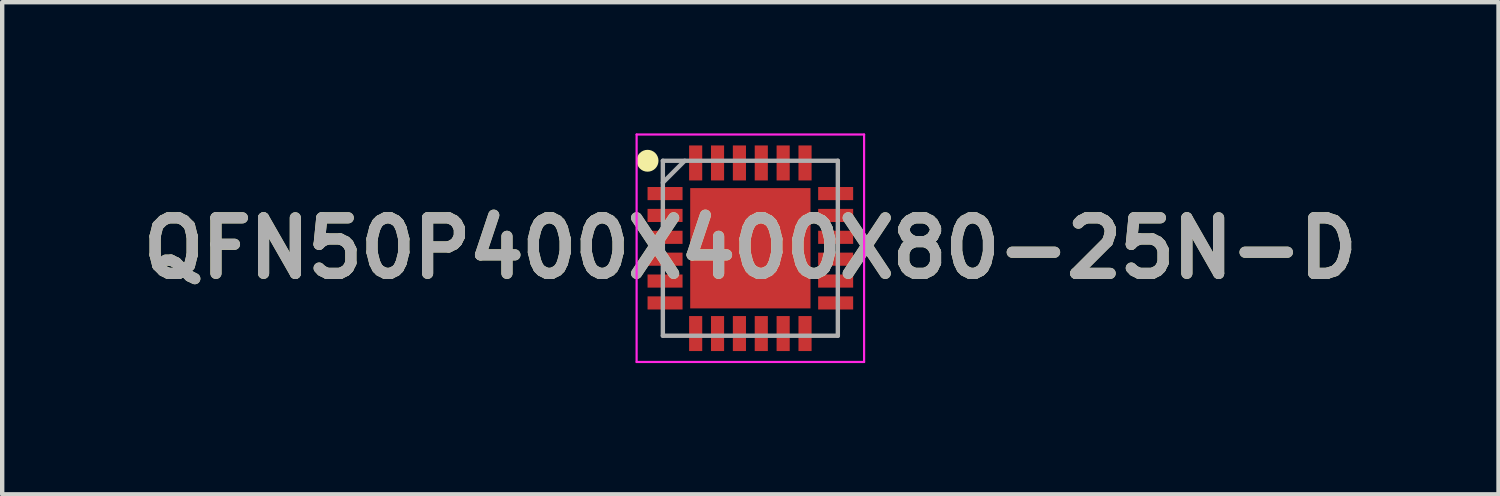
<source format=kicad_pcb>
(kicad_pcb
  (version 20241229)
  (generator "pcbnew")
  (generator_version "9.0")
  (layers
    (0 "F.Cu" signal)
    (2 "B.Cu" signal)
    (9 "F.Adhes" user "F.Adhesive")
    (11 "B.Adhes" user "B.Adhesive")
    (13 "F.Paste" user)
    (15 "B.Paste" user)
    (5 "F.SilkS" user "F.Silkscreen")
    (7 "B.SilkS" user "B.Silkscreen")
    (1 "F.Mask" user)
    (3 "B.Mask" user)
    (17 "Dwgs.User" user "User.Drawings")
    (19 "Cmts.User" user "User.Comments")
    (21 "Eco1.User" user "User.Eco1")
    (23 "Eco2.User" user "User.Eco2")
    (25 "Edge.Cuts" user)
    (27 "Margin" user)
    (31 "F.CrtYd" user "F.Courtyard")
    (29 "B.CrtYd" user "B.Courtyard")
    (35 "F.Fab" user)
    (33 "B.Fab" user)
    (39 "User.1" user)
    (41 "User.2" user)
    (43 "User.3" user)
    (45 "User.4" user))
  (footprint "QFN50P400X400X80-25N-D"
    (layer "F.Cu")
    (at 14.103 2.625)
    (property "Reference" "QFN50P400X400X80-25N-D" (at 0 0 0) (layer "F.SilkS") (effects (font (size 1.27 1.27) (thickness 0.254))))
    (attr smd)
    (fp_circle (center -2.35 -2) (end -2.35 -1.875) (stroke (width 0.25) (type solid)) (fill no) (layer "F.SilkS"))
    (fp_line (start -2.6 -2.6) (end 2.6 -2.6) (stroke (width 0.05) (type solid)) (layer "F.CrtYd"))
    (fp_line (start -2.6 2.6) (end -2.6 -2.6) (stroke (width 0.05) (type solid)) (layer "F.CrtYd"))
    (fp_line (start 2.6 -2.6) (end 2.6 2.6) (stroke (width 0.05) (type solid)) (layer "F.CrtYd"))
    (fp_line (start 2.6 2.6) (end -2.6 2.6) (stroke (width 0.05) (type solid)) (layer "F.CrtYd"))
    (fp_line (start -2 -2) (end 2 -2) (stroke (width 0.1) (type solid)) (layer "F.Fab"))
    (fp_line (start -2 -1.5) (end -1.5 -2) (stroke (width 0.1) (type solid)) (layer "F.Fab"))
    (fp_line (start -2 2) (end -2 -2) (stroke (width 0.1) (type solid)) (layer "F.Fab"))
    (fp_line (start 2 -2) (end 2 2) (stroke (width 0.1) (type solid)) (layer "F.Fab"))
    (fp_line (start 2 2) (end -2 2) (stroke (width 0.1) (type solid)) (layer "F.Fab"))
    (fp_text user "${REFERENCE}" (at 0 0 0) (layer "F.Fab") (effects (font (size 1.27 1.27) (thickness 0.254))))
    (pad "1" smd rect (at -1.95 -1.25 90) (size 0.3 0.8) (layers "F.Cu" "F.Mask" "F.Paste"))
    (pad "2" smd rect (at -1.95 -0.75 90) (size 0.3 0.8) (layers "F.Cu" "F.Mask" "F.Paste"))
    (pad "3" smd rect (at -1.95 -0.25 90) (size 0.3 0.8) (layers "F.Cu" "F.Mask" "F.Paste"))
    (pad "4" smd rect (at -1.95 0.25 90) (size 0.3 0.8) (layers "F.Cu" "F.Mask" "F.Paste"))
    (pad "5" smd rect (at -1.95 0.75 90) (size 0.3 0.8) (layers "F.Cu" "F.Mask" "F.Paste"))
    (pad "6" smd rect (at -1.95 1.25 90) (size 0.3 0.8) (layers "F.Cu" "F.Mask" "F.Paste"))
    (pad "7" smd rect (at -1.25 1.95) (size 0.3 0.8) (layers "F.Cu" "F.Mask" "F.Paste"))
    (pad "8" smd rect (at -0.75 1.95) (size 0.3 0.8) (layers "F.Cu" "F.Mask" "F.Paste"))
    (pad "9" smd rect (at -0.25 1.95) (size 0.3 0.8) (layers "F.Cu" "F.Mask" "F.Paste"))
    (pad "10" smd rect (at 0.25 1.95) (size 0.3 0.8) (layers "F.Cu" "F.Mask" "F.Paste"))
    (pad "11" smd rect (at 0.75 1.95) (size 0.3 0.8) (layers "F.Cu" "F.Mask" "F.Paste"))
    (pad "12" smd rect (at 1.25 1.95) (size 0.3 0.8) (layers "F.Cu" "F.Mask" "F.Paste"))
    (pad "13" smd rect (at 1.95 1.25 90) (size 0.3 0.8) (layers "F.Cu" "F.Mask" "F.Paste"))
    (pad "14" smd rect (at 1.95 0.75 90) (size 0.3 0.8) (layers "F.Cu" "F.Mask" "F.Paste"))
    (pad "15" smd rect (at 1.95 0.25 90) (size 0.3 0.8) (layers "F.Cu" "F.Mask" "F.Paste"))
    (pad "16" smd rect (at 1.95 -0.25 90) (size 0.3 0.8) (layers "F.Cu" "F.Mask" "F.Paste"))
    (pad "17" smd rect (at 1.95 -0.75 90) (size 0.3 0.8) (layers "F.Cu" "F.Mask" "F.Paste"))
    (pad "18" smd rect (at 1.95 -1.25 90) (size 0.3 0.8) (layers "F.Cu" "F.Mask" "F.Paste"))
    (pad "19" smd rect (at 1.25 -1.95) (size 0.3 0.8) (layers "F.Cu" "F.Mask" "F.Paste"))
    (pad "20" smd rect (at 0.75 -1.95) (size 0.3 0.8) (layers "F.Cu" "F.Mask" "F.Paste"))
    (pad "21" smd rect (at 0.25 -1.95) (size 0.3 0.8) (layers "F.Cu" "F.Mask" "F.Paste"))
    (pad "22" smd rect (at -0.25 -1.95) (size 0.3 0.8) (layers "F.Cu" "F.Mask" "F.Paste"))
    (pad "23" smd rect (at -0.75 -1.95) (size 0.3 0.8) (layers "F.Cu" "F.Mask" "F.Paste"))
    (pad "24" smd rect (at -1.25 -1.95) (size 0.3 0.8) (layers "F.Cu" "F.Mask" "F.Paste"))
    (pad "25" smd rect (at 0 0) (size 2.75 2.75) (layers "F.Cu" "F.Mask" "F.Paste")))
  (gr_rect
    (start -3 -3)
    (end 31.206 8.25)
    (stroke (width 0.1) (type default))
    (fill no)
    (layer "Edge.Cuts")))
</source>
